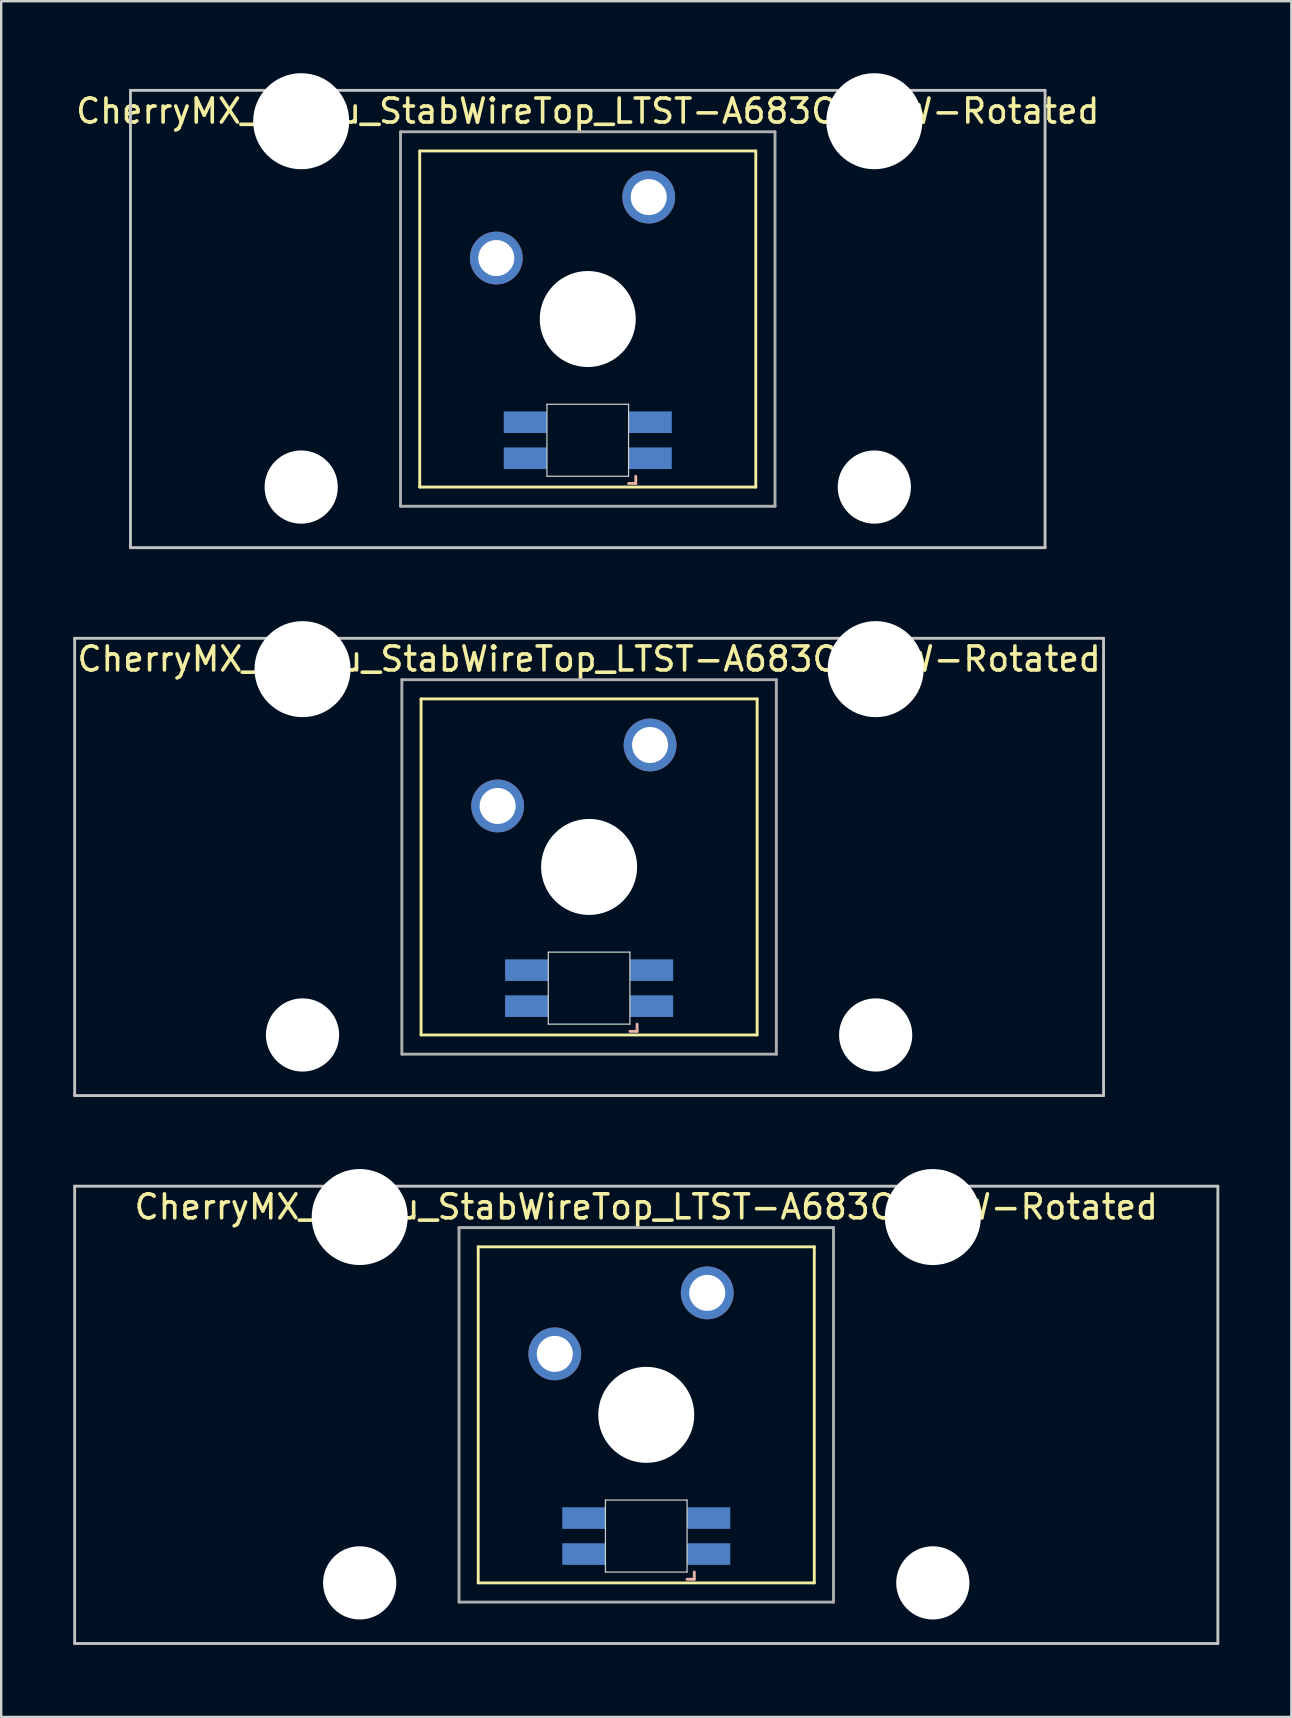
<source format=kicad_pcb>
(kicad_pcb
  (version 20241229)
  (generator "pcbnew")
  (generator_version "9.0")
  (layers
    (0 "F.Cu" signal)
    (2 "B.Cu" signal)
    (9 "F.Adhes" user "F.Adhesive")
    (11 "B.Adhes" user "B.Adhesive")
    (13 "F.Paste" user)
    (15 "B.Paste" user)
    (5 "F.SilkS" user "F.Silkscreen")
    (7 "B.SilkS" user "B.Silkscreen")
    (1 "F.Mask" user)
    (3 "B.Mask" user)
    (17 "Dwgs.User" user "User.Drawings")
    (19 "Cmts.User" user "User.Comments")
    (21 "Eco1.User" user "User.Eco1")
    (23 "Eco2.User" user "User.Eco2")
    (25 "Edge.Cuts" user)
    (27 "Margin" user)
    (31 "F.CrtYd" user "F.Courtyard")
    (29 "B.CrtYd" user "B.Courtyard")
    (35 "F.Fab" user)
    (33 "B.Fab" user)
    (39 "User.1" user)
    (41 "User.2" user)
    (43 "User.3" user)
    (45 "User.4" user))
  (footprint "CherryMX_2.00u_StabWireTop_LTST-A683CEGBW-Rotated"
    (layer "F.Cu")
    (at 21.435 10.24)
    (property "Reference" "CherryMX_2.00u_StabWireTop_LTST-A683CEGBW-Rotated" (at 0 -8.662 0) (layer "F.SilkS") (effects (font (size 1 1) (thickness 0.15))))
    (attr through_hole)
    (fp_line (start -7 -7) (end -7 7) (stroke (width 0.12) (type solid)) (layer "F.SilkS"))
    (fp_line (start -7 -7) (end 7 -7) (stroke (width 0.12) (type solid)) (layer "F.SilkS"))
    (fp_line (start 7 -7) (end 7 7) (stroke (width 0.12) (type solid)) (layer "F.SilkS"))
    (fp_line (start 7 7) (end -7 7) (stroke (width 0.12) (type solid)) (layer "F.SilkS"))
    (fp_line (start 1.7 6.85) (end 2 6.85) (stroke (width 0.12) (type solid)) (layer "B.SilkS"))
    (fp_line (start 2 6.85) (end 2 6.55) (stroke (width 0.12) (type solid)) (layer "B.SilkS"))
    (fp_line (start -19.05 -9.525) (end 19.05 -9.525) (stroke (width 0.12) (type solid)) (layer "Dwgs.User"))
    (fp_line (start -19.05 9.525) (end -19.05 -9.525) (stroke (width 0.12) (type solid)) (layer "Dwgs.User"))
    (fp_line (start 19.05 -9.525) (end 19.05 9.525) (stroke (width 0.12) (type solid)) (layer "Dwgs.User"))
    (fp_line (start 19.05 9.525) (end -19.05 9.525) (stroke (width 0.12) (type solid)) (layer "Dwgs.User"))
    (fp_line (start -1.7 3.55) (end 1.7 3.55) (stroke (width 0.05) (type solid)) (layer "Edge.Cuts"))
    (fp_line (start -1.7 6.55) (end -1.7 3.55) (stroke (width 0.05) (type solid)) (layer "Edge.Cuts"))
    (fp_line (start 1.7 3.55) (end 1.7 6.55) (stroke (width 0.05) (type solid)) (layer "Edge.Cuts"))
    (fp_line (start 1.7 6.55) (end -1.7 6.55) (stroke (width 0.05) (type solid)) (layer "Edge.Cuts"))
    (fp_line (start -7.8 -7.8) (end -7.8 7.8) (stroke (width 0.12) (type solid)) (layer "F.Fab"))
    (fp_line (start -7.8 -7.8) (end 7.8 -7.8) (stroke (width 0.12) (type solid)) (layer "F.Fab"))
    (fp_line (start -7.8 7.8) (end 7.8 7.8) (stroke (width 0.12) (type solid)) (layer "F.Fab"))
    (fp_line (start 7.8 -7.8) (end 7.8 7.8) (stroke (width 0.12) (type solid)) (layer "F.Fab"))
    (pad "" np_thru_hole circle (at -11.938 -8.24) (size 4 4) (drill 4) (layers "*.Cu" "*.Mask"))
    (pad "" np_thru_hole circle (at -11.938 7) (size 3.05 3.05) (drill 3.05) (layers "*.Cu" "*.Mask"))
    (pad "" np_thru_hole circle (at 0 0) (size 4 4) (drill 4) (layers "*.Cu" "*.Mask"))
    (pad "" np_thru_hole circle (at 11.938 -8.24) (size 4 4) (drill 4) (layers "*.Cu" "*.Mask"))
    (pad "" np_thru_hole circle (at 11.938 7) (size 3.05 3.05) (drill 3.05) (layers "*.Cu" "*.Mask"))
    (pad "1" thru_hole circle (at -3.81 -2.54) (size 2.2 2.2) (drill 1.5) (layers "*.Cu" "*.Mask"))
    (pad "2" thru_hole circle (at 2.54 -5.08) (size 2.2 2.2) (drill 1.5) (layers "*.Cu" "*.Mask"))
    (pad "3" smd rect (at 2.6 5.8) (size 1.8 0.9) (layers "B.Cu" "B.Mask" "B.Paste"))
    (pad "4" smd rect (at 2.6 4.3) (size 1.8 0.9) (layers "B.Cu" "B.Mask" "B.Paste"))
    (pad "5" smd rect (at -2.6 5.8) (size 1.8 0.9) (layers "B.Cu" "B.Mask" "B.Paste"))
    (pad "6" smd rect (at -2.6 4.3) (size 1.8 0.9) (layers "B.Cu" "B.Mask" "B.Paste")))
  (footprint "CherryMX_2.50u_StabWireTop_LTST-A683CEGBW-Rotated"
    (layer "F.Cu")
    (at 23.872 55.89)
    (property "Reference" "CherryMX_2.50u_StabWireTop_LTST-A683CEGBW-Rotated" (at 0 -8.662 0) (layer "F.SilkS") (effects (font (size 1 1) (thickness 0.15))))
    (attr through_hole)
    (fp_line (start -7 -7) (end -7 7) (stroke (width 0.12) (type solid)) (layer "F.SilkS"))
    (fp_line (start -7 -7) (end 7 -7) (stroke (width 0.12) (type solid)) (layer "F.SilkS"))
    (fp_line (start 7 -7) (end 7 7) (stroke (width 0.12) (type solid)) (layer "F.SilkS"))
    (fp_line (start 7 7) (end -7 7) (stroke (width 0.12) (type solid)) (layer "F.SilkS"))
    (fp_line (start 1.7 6.85) (end 2 6.85) (stroke (width 0.12) (type solid)) (layer "B.SilkS"))
    (fp_line (start 2 6.85) (end 2 6.55) (stroke (width 0.12) (type solid)) (layer "B.SilkS"))
    (fp_line (start -23.812 -9.525) (end 23.812 -9.525) (stroke (width 0.12) (type solid)) (layer "Dwgs.User"))
    (fp_line (start -23.812 9.525) (end -23.812 -9.525) (stroke (width 0.12) (type solid)) (layer "Dwgs.User"))
    (fp_line (start 23.812 -9.525) (end 23.812 9.525) (stroke (width 0.12) (type solid)) (layer "Dwgs.User"))
    (fp_line (start 23.812 9.525) (end -23.812 9.525) (stroke (width 0.12) (type solid)) (layer "Dwgs.User"))
    (fp_line (start -1.7 3.55) (end 1.7 3.55) (stroke (width 0.05) (type solid)) (layer "Edge.Cuts"))
    (fp_line (start -1.7 6.55) (end -1.7 3.55) (stroke (width 0.05) (type solid)) (layer "Edge.Cuts"))
    (fp_line (start 1.7 3.55) (end 1.7 6.55) (stroke (width 0.05) (type solid)) (layer "Edge.Cuts"))
    (fp_line (start 1.7 6.55) (end -1.7 6.55) (stroke (width 0.05) (type solid)) (layer "Edge.Cuts"))
    (fp_line (start -7.8 -7.8) (end -7.8 7.8) (stroke (width 0.12) (type solid)) (layer "F.Fab"))
    (fp_line (start -7.8 -7.8) (end 7.8 -7.8) (stroke (width 0.12) (type solid)) (layer "F.Fab"))
    (fp_line (start -7.8 7.8) (end 7.8 7.8) (stroke (width 0.12) (type solid)) (layer "F.Fab"))
    (fp_line (start 7.8 -7.8) (end 7.8 7.8) (stroke (width 0.12) (type solid)) (layer "F.Fab"))
    (pad "" np_thru_hole circle (at -11.938 -8.24) (size 4 4) (drill 4) (layers "*.Cu" "*.Mask"))
    (pad "" np_thru_hole circle (at -11.938 7) (size 3.05 3.05) (drill 3.05) (layers "*.Cu" "*.Mask"))
    (pad "" np_thru_hole circle (at 0 0) (size 4 4) (drill 4) (layers "*.Cu" "*.Mask"))
    (pad "" np_thru_hole circle (at 11.938 -8.24) (size 4 4) (drill 4) (layers "*.Cu" "*.Mask"))
    (pad "" np_thru_hole circle (at 11.938 7) (size 3.05 3.05) (drill 3.05) (layers "*.Cu" "*.Mask"))
    (pad "1" thru_hole circle (at -3.81 -2.54) (size 2.2 2.2) (drill 1.5) (layers "*.Cu" "*.Mask"))
    (pad "2" thru_hole circle (at 2.54 -5.08) (size 2.2 2.2) (drill 1.5) (layers "*.Cu" "*.Mask"))
    (pad "3" smd rect (at 2.6 5.8) (size 1.8 0.9) (layers "B.Cu" "B.Mask" "B.Paste"))
    (pad "4" smd rect (at 2.6 4.3) (size 1.8 0.9) (layers "B.Cu" "B.Mask" "B.Paste"))
    (pad "5" smd rect (at -2.6 5.8) (size 1.8 0.9) (layers "B.Cu" "B.Mask" "B.Paste"))
    (pad "6" smd rect (at -2.6 4.3) (size 1.8 0.9) (layers "B.Cu" "B.Mask" "B.Paste")))
  (footprint "CherryMX_2.25u_StabWireTop_LTST-A683CEGBW-Rotated"
    (layer "F.Cu")
    (at 21.491 33.065)
    (property "Reference" "CherryMX_2.25u_StabWireTop_LTST-A683CEGBW-Rotated" (at 0 -8.662 0) (layer "F.SilkS") (effects (font (size 1 1) (thickness 0.15))))
    (attr through_hole)
    (fp_line (start -7 -7) (end -7 7) (stroke (width 0.12) (type solid)) (layer "F.SilkS"))
    (fp_line (start -7 -7) (end 7 -7) (stroke (width 0.12) (type solid)) (layer "F.SilkS"))
    (fp_line (start 7 -7) (end 7 7) (stroke (width 0.12) (type solid)) (layer "F.SilkS"))
    (fp_line (start 7 7) (end -7 7) (stroke (width 0.12) (type solid)) (layer "F.SilkS"))
    (fp_line (start 1.7 6.85) (end 2 6.85) (stroke (width 0.12) (type solid)) (layer "B.SilkS"))
    (fp_line (start 2 6.85) (end 2 6.55) (stroke (width 0.12) (type solid)) (layer "B.SilkS"))
    (fp_line (start -21.431 -9.525) (end 21.431 -9.525) (stroke (width 0.12) (type solid)) (layer "Dwgs.User"))
    (fp_line (start -21.431 9.525) (end -21.431 -9.525) (stroke (width 0.12) (type solid)) (layer "Dwgs.User"))
    (fp_line (start 21.431 -9.525) (end 21.431 9.525) (stroke (width 0.12) (type solid)) (layer "Dwgs.User"))
    (fp_line (start 21.431 9.525) (end -21.431 9.525) (stroke (width 0.12) (type solid)) (layer "Dwgs.User"))
    (fp_line (start -1.7 3.55) (end 1.7 3.55) (stroke (width 0.05) (type solid)) (layer "Edge.Cuts"))
    (fp_line (start -1.7 6.55) (end -1.7 3.55) (stroke (width 0.05) (type solid)) (layer "Edge.Cuts"))
    (fp_line (start 1.7 3.55) (end 1.7 6.55) (stroke (width 0.05) (type solid)) (layer "Edge.Cuts"))
    (fp_line (start 1.7 6.55) (end -1.7 6.55) (stroke (width 0.05) (type solid)) (layer "Edge.Cuts"))
    (fp_line (start -7.8 -7.8) (end -7.8 7.8) (stroke (width 0.12) (type solid)) (layer "F.Fab"))
    (fp_line (start -7.8 -7.8) (end 7.8 -7.8) (stroke (width 0.12) (type solid)) (layer "F.Fab"))
    (fp_line (start -7.8 7.8) (end 7.8 7.8) (stroke (width 0.12) (type solid)) (layer "F.Fab"))
    (fp_line (start 7.8 -7.8) (end 7.8 7.8) (stroke (width 0.12) (type solid)) (layer "F.Fab"))
    (pad "" np_thru_hole circle (at -11.938 -8.24) (size 4 4) (drill 4) (layers "*.Cu" "*.Mask"))
    (pad "" np_thru_hole circle (at -11.938 7) (size 3.05 3.05) (drill 3.05) (layers "*.Cu" "*.Mask"))
    (pad "" np_thru_hole circle (at 0 0) (size 4 4) (drill 4) (layers "*.Cu" "*.Mask"))
    (pad "" np_thru_hole circle (at 11.938 -8.24) (size 4 4) (drill 4) (layers "*.Cu" "*.Mask"))
    (pad "" np_thru_hole circle (at 11.938 7) (size 3.05 3.05) (drill 3.05) (layers "*.Cu" "*.Mask"))
    (pad "1" thru_hole circle (at -3.81 -2.54) (size 2.2 2.2) (drill 1.5) (layers "*.Cu" "*.Mask"))
    (pad "2" thru_hole circle (at 2.54 -5.08) (size 2.2 2.2) (drill 1.5) (layers "*.Cu" "*.Mask"))
    (pad "3" smd rect (at 2.6 5.8) (size 1.8 0.9) (layers "B.Cu" "B.Mask" "B.Paste"))
    (pad "4" smd rect (at 2.6 4.3) (size 1.8 0.9) (layers "B.Cu" "B.Mask" "B.Paste"))
    (pad "5" smd rect (at -2.6 5.8) (size 1.8 0.9) (layers "B.Cu" "B.Mask" "B.Paste"))
    (pad "6" smd rect (at -2.6 4.3) (size 1.8 0.9) (layers "B.Cu" "B.Mask" "B.Paste")))
  (gr_rect
    (start -3 -3)
    (end 50.745 68.475)
    (stroke (width 0.1) (type default))
    (fill no)
    (layer "Edge.Cuts")))
</source>
